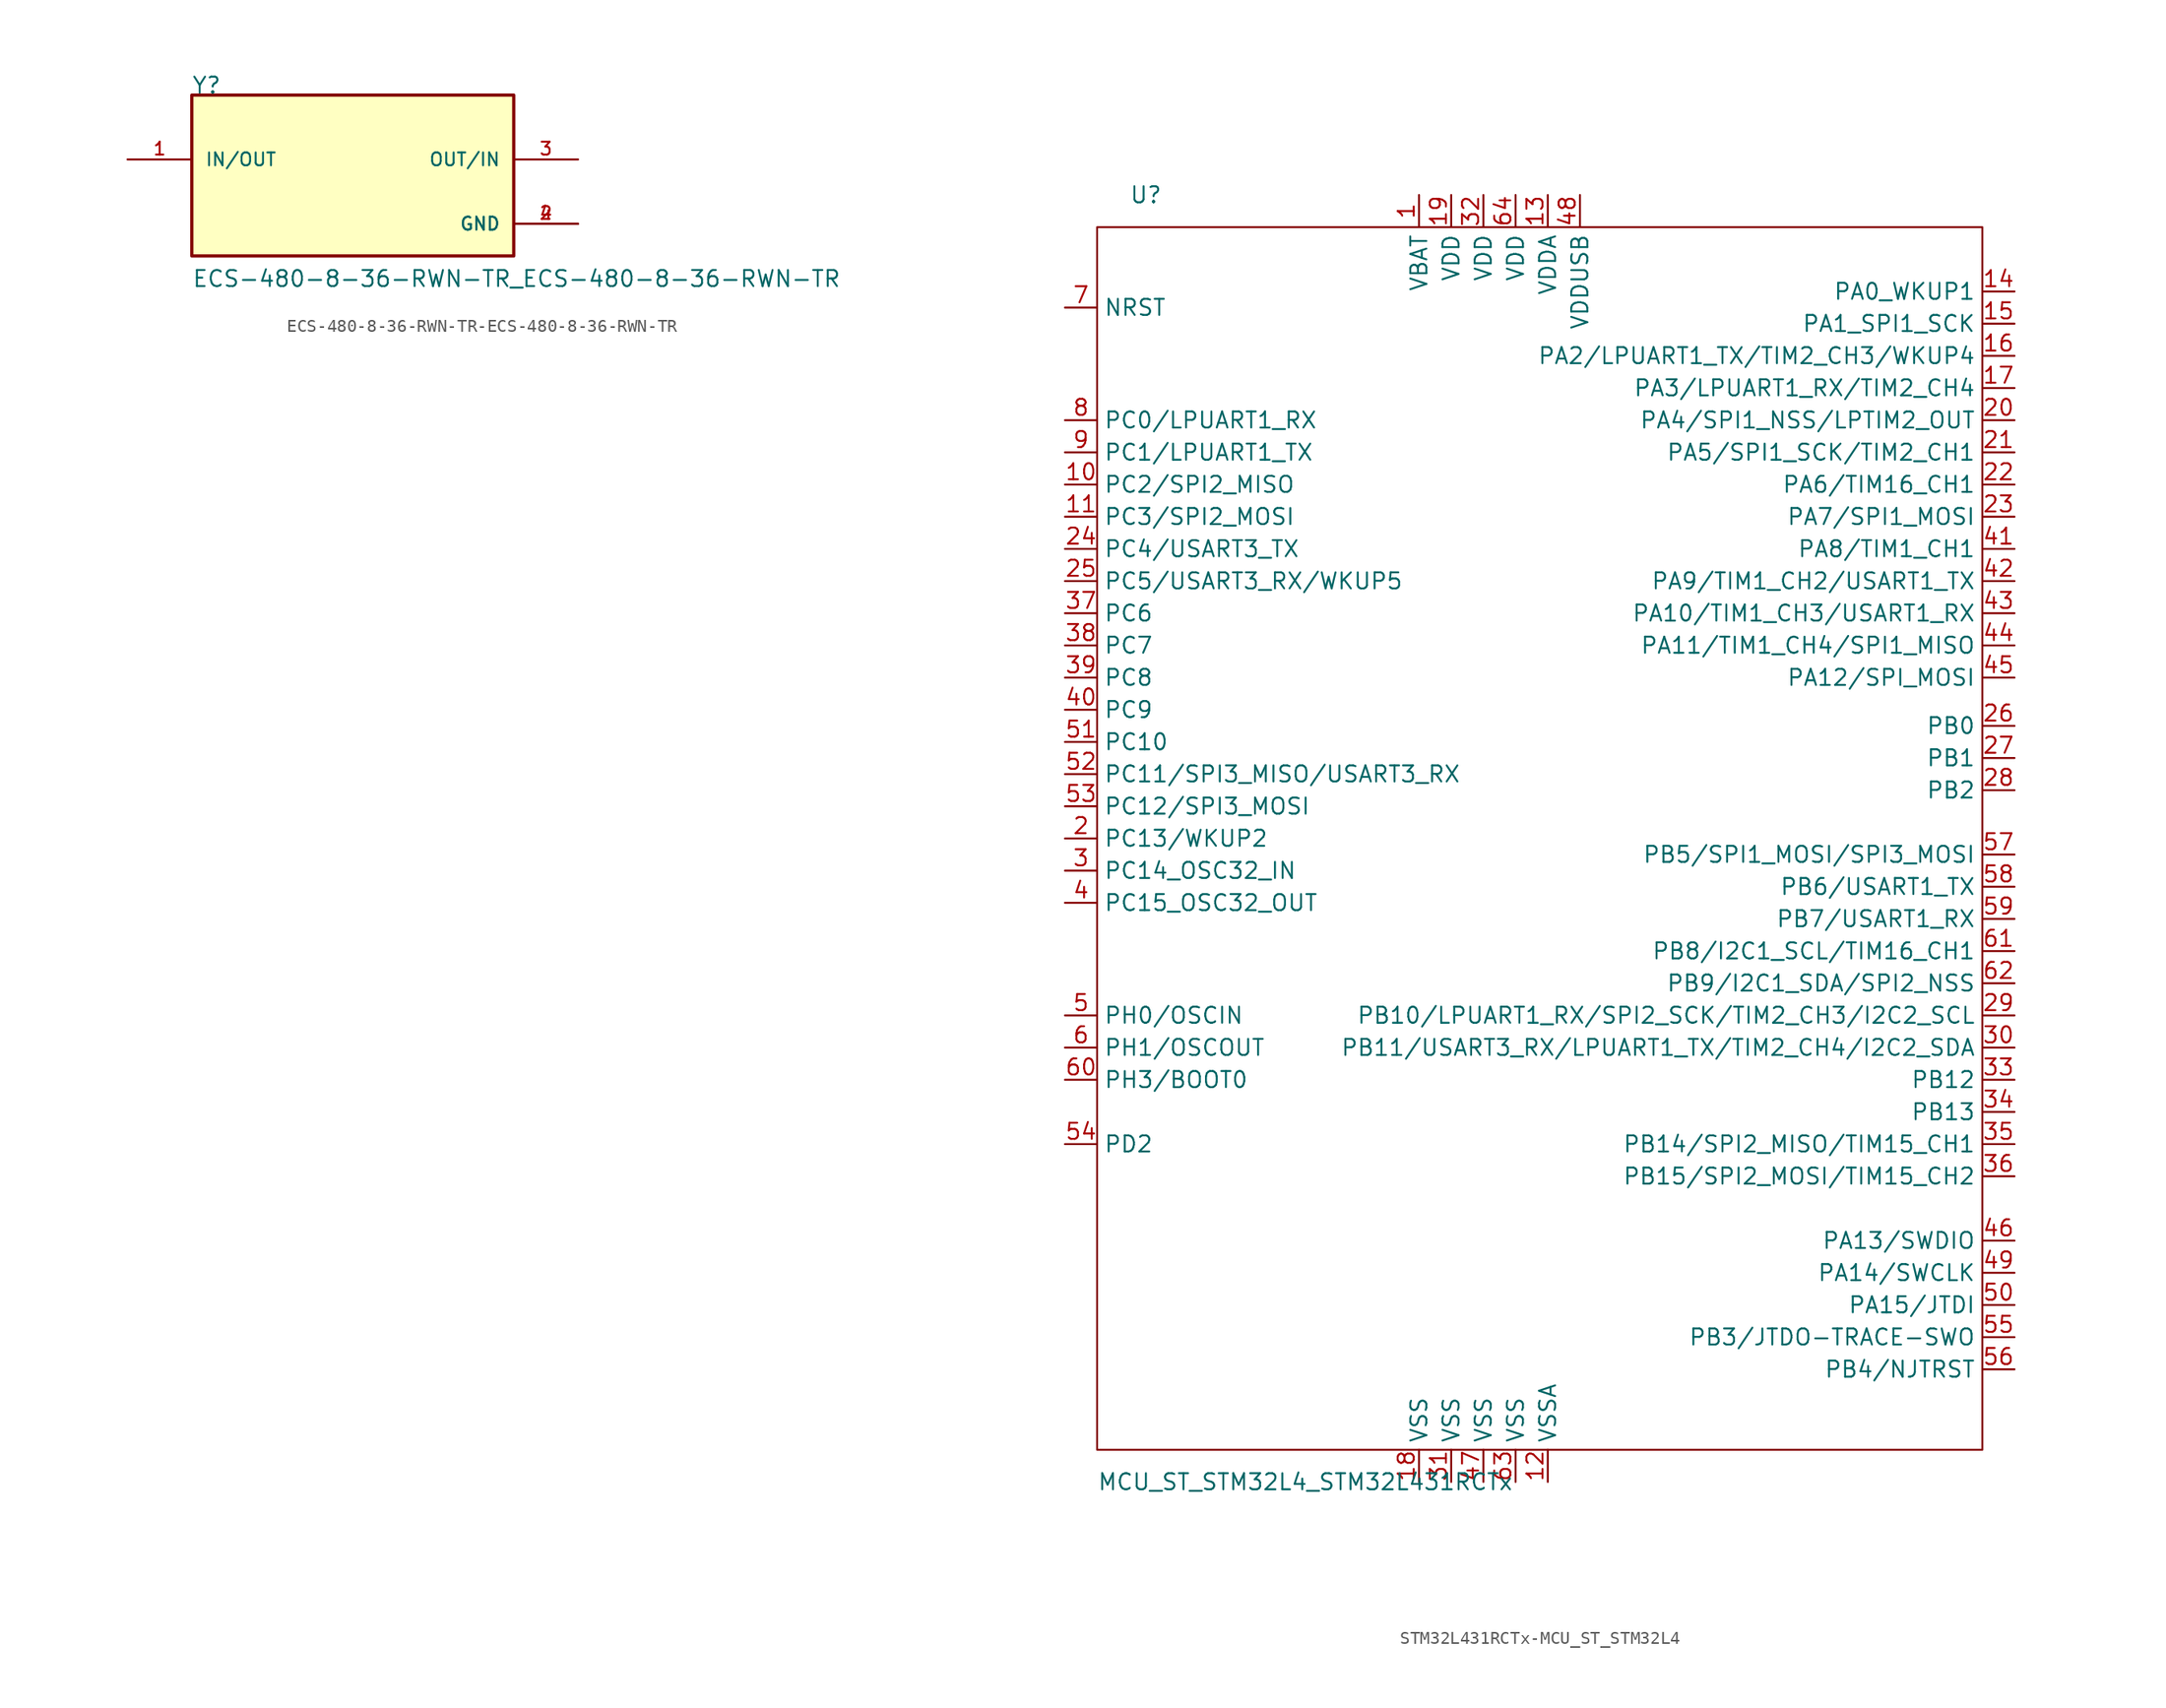
<source format=kicad_sym>
(kicad_symbol_lib
  (version 20231120)
  (generator "kicad_symbol_editor")
  (generator_version "8.0")
  (symbol "ECS-480-8-36-RWN-TR-ECS-480-8-36-RWN-TR"
    (pin_names
      (offset 1.016))
    (property "Reference" "Y"
      (at -12.725 7.645 0)
      (effects (font (size 1.27 1.27)) (justify left bottom)))
    (property "Value" "ECS-480-8-36-RWN-TR_ECS-480-8-36-RWN-TR"
      (at -12.7 -7.62 0)
      (effects (font (size 1.27 1.27)) (justify left bottom)))
    (property "ki_locked" ""
      (at 0 0 0)
      (effects (font (size 1.27 1.27))))
    (symbol "ECS-480-8-36-RWN-TR-ECS-480-8-36-RWN-TR_0_0"
      (rectangle (start -12.7 -5.08) (end 12.7 7.62) (stroke (width 0.254) (type solid)) (fill (type background)))
      (pin bidirectional line (at -17.78 2.54 0) (length 5.08) (name "IN/OUT" (effects (font (size 1.016 1.016)))) (number "1" (effects (font (size 1.016 1.016)))))
      (pin power_in line (at 17.78 -2.54 180) (length 5.08) (name "GND" (effects (font (size 1.016 1.016)))) (number "2" (effects (font (size 1.016 1.016)))))
      (pin bidirectional line (at 17.78 2.54 180) (length 5.08) (name "OUT/IN" (effects (font (size 1.016 1.016)))) (number "3" (effects (font (size 1.016 1.016)))))
      (pin power_in line (at 17.78 -2.54 180) (length 5.08) (name "GND" (effects (font (size 1.016 1.016)))) (number "4" (effects (font (size 1.016 1.016)))))))
  (symbol "STM32L431RCTx-MCU_ST_STM32L4"
    (property "Reference" "U"
      (at -6.35 29.21 0)
      (effects (font (size 1.27 1.27)) (justify left)))
    (property "Value" "MCU_ST_STM32L4_STM32L431RCTx"
      (at -8.89 -72.39 0)
      (effects (font (size 1.27 1.27)) (justify left)))
    (symbol "STM32L431RCTx-MCU_ST_STM32L4_0_1"
      (rectangle (start -8.89 26.67) (end 60.96 -69.85) (stroke (width 0) (type solid)) (fill (type none))))
    (symbol "STM32L431RCTx-MCU_ST_STM32L4_1_1"
      (pin power_in line (at 16.51 29.21 270) (length 2.54) (name "VBAT" (effects (font (size 1.27 1.27)))) (number "1" (effects (font (size 1.27 1.27)))))
      (pin bidirectional line (at -11.43 6.35 0) (length 2.54) (name "PC2/SPI2_MISO" (effects (font (size 1.27 1.27)))) (number "10" (effects (font (size 1.27 1.27)))))
      (pin bidirectional line (at -11.43 3.81 0) (length 2.54) (name "PC3/SPI2_MOSI" (effects (font (size 1.27 1.27)))) (number "11" (effects (font (size 1.27 1.27)))))
      (pin power_in line (at 26.67 -72.39 90) (length 2.54) (name "VSSA" (effects (font (size 1.27 1.27)))) (number "12" (effects (font (size 1.27 1.27)))))
      (pin power_in line (at 26.67 29.21 270) (length 2.54) (name "VDDA" (effects (font (size 1.27 1.27)))) (number "13" (effects (font (size 1.27 1.27)))))
      (pin bidirectional line (at 63.5 21.59 180) (length 2.54) (name "PA0_WKUP1" (effects (font (size 1.27 1.27)))) (number "14" (effects (font (size 1.27 1.27)))))
      (pin bidirectional line (at 63.5 19.05 180) (length 2.54) (name "PA1_SPI1_SCK" (effects (font (size 1.27 1.27)))) (number "15" (effects (font (size 1.27 1.27)))))
      (pin bidirectional line (at 63.5 16.51 180) (length 2.54) (name "PA2/LPUART1_TX/TIM2_CH3/WKUP4" (effects (font (size 1.27 1.27)))) (number "16" (effects (font (size 1.27 1.27)))))
      (pin bidirectional line (at 63.5 13.97 180) (length 2.54) (name "PA3/LPUART1_RX/TIM2_CH4" (effects (font (size 1.27 1.27)))) (number "17" (effects (font (size 1.27 1.27)))))
      (pin power_in line (at 16.51 -72.39 90) (length 2.54) (name "VSS" (effects (font (size 1.27 1.27)))) (number "18" (effects (font (size 1.27 1.27)))))
      (pin power_in line (at 19.05 29.21 270) (length 2.54) (name "VDD" (effects (font (size 1.27 1.27)))) (number "19" (effects (font (size 1.27 1.27)))))
      (pin bidirectional line (at -11.43 -21.59 0) (length 2.54) (name "PC13/WKUP2" (effects (font (size 1.27 1.27)))) (number "2" (effects (font (size 1.27 1.27)))))
      (pin bidirectional line (at 63.5 11.43 180) (length 2.54) (name "PA4/SPI1_NSS/LPTIM2_OUT" (effects (font (size 1.27 1.27)))) (number "20" (effects (font (size 1.27 1.27)))))
      (pin bidirectional line (at 63.5 8.89 180) (length 2.54) (name "PA5/SPI1_SCK/TIM2_CH1" (effects (font (size 1.27 1.27)))) (number "21" (effects (font (size 1.27 1.27)))))
      (pin bidirectional line (at 63.5 6.35 180) (length 2.54) (name "PA6/TIM16_CH1" (effects (font (size 1.27 1.27)))) (number "22" (effects (font (size 1.27 1.27)))))
      (pin bidirectional line (at 63.5 3.81 180) (length 2.54) (name "PA7/SPI1_MOSI" (effects (font (size 1.27 1.27)))) (number "23" (effects (font (size 1.27 1.27)))))
      (pin bidirectional line (at -11.43 1.27 0) (length 2.54) (name "PC4/USART3_TX" (effects (font (size 1.27 1.27)))) (number "24" (effects (font (size 1.27 1.27)))))
      (pin bidirectional line (at -11.43 -1.27 0) (length 2.54) (name "PC5/USART3_RX/WKUP5" (effects (font (size 1.27 1.27)))) (number "25" (effects (font (size 1.27 1.27)))))
      (pin bidirectional line (at 63.5 -12.7 180) (length 2.54) (name "PB0" (effects (font (size 1.27 1.27)))) (number "26" (effects (font (size 1.27 1.27)))))
      (pin bidirectional line (at 63.5 -15.24 180) (length 2.54) (name "PB1" (effects (font (size 1.27 1.27)))) (number "27" (effects (font (size 1.27 1.27)))))
      (pin bidirectional line (at 63.5 -17.78 180) (length 2.54) (name "PB2" (effects (font (size 1.27 1.27)))) (number "28" (effects (font (size 1.27 1.27)))))
      (pin bidirectional line (at 63.5 -35.56 180) (length 2.54) (name "PB10/LPUART1_RX/SPI2_SCK/TIM2_CH3/I2C2_SCL" (effects (font (size 1.27 1.27)))) (number "29" (effects (font (size 1.27 1.27)))))
      (pin bidirectional line (at -11.43 -24.13 0) (length 2.54) (name "PC14_OSC32_IN" (effects (font (size 1.27 1.27)))) (number "3" (effects (font (size 1.27 1.27)))))
      (pin bidirectional line (at 63.5 -38.1 180) (length 2.54) (name "PB11/USART3_RX/LPUART1_TX/TIM2_CH4/I2C2_SDA" (effects (font (size 1.27 1.27)))) (number "30" (effects (font (size 1.27 1.27)))))
      (pin power_in line (at 19.05 -72.39 90) (length 2.54) (name "VSS" (effects (font (size 1.27 1.27)))) (number "31" (effects (font (size 1.27 1.27)))))
      (pin power_in line (at 21.59 29.21 270) (length 2.54) (name "VDD" (effects (font (size 1.27 1.27)))) (number "32" (effects (font (size 1.27 1.27)))))
      (pin bidirectional line (at 63.5 -40.64 180) (length 2.54) (name "PB12" (effects (font (size 1.27 1.27)))) (number "33" (effects (font (size 1.27 1.27)))))
      (pin bidirectional line (at 63.5 -43.18 180) (length 2.54) (name "PB13" (effects (font (size 1.27 1.27)))) (number "34" (effects (font (size 1.27 1.27)))))
      (pin bidirectional line (at 63.5 -45.72 180) (length 2.54) (name "PB14/SPI2_MISO/TIM15_CH1" (effects (font (size 1.27 1.27)))) (number "35" (effects (font (size 1.27 1.27)))))
      (pin bidirectional line (at 63.5 -48.26 180) (length 2.54) (name "PB15/SPI2_MOSI/TIM15_CH2" (effects (font (size 1.27 1.27)))) (number "36" (effects (font (size 1.27 1.27)))))
      (pin bidirectional line (at -11.43 -3.81 0) (length 2.54) (name "PC6" (effects (font (size 1.27 1.27)))) (number "37" (effects (font (size 1.27 1.27)))))
      (pin bidirectional line (at -11.43 -6.35 0) (length 2.54) (name "PC7" (effects (font (size 1.27 1.27)))) (number "38" (effects (font (size 1.27 1.27)))))
      (pin bidirectional line (at -11.43 -8.89 0) (length 2.54) (name "PC8" (effects (font (size 1.27 1.27)))) (number "39" (effects (font (size 1.27 1.27)))))
      (pin bidirectional line (at -11.43 -26.67 0) (length 2.54) (name "PC15_OSC32_OUT" (effects (font (size 1.27 1.27)))) (number "4" (effects (font (size 1.27 1.27)))))
      (pin bidirectional line (at -11.43 -11.43 0) (length 2.54) (name "PC9" (effects (font (size 1.27 1.27)))) (number "40" (effects (font (size 1.27 1.27)))))
      (pin bidirectional line (at 63.5 1.27 180) (length 2.54) (name "PA8/TIM1_CH1" (effects (font (size 1.27 1.27)))) (number "41" (effects (font (size 1.27 1.27)))))
      (pin bidirectional line (at 63.5 -1.27 180) (length 2.54) (name "PA9/TIM1_CH2/USART1_TX" (effects (font (size 1.27 1.27)))) (number "42" (effects (font (size 1.27 1.27)))))
      (pin bidirectional line (at 63.5 -3.81 180) (length 2.54) (name "PA10/TIM1_CH3/USART1_RX" (effects (font (size 1.27 1.27)))) (number "43" (effects (font (size 1.27 1.27)))))
      (pin bidirectional line (at 63.5 -6.35 180) (length 2.54) (name "PA11/TIM1_CH4/SPI1_MISO" (effects (font (size 1.27 1.27)))) (number "44" (effects (font (size 1.27 1.27)))))
      (pin bidirectional line (at 63.5 -8.89 180) (length 2.54) (name "PA12/SPI_MOSI" (effects (font (size 1.27 1.27)))) (number "45" (effects (font (size 1.27 1.27)))))
      (pin bidirectional line (at 63.5 -53.34 180) (length 2.54) (name "PA13/SWDIO" (effects (font (size 1.27 1.27)))) (number "46" (effects (font (size 1.27 1.27)))))
      (pin power_in line (at 21.59 -72.39 90) (length 2.54) (name "VSS" (effects (font (size 1.27 1.27)))) (number "47" (effects (font (size 1.27 1.27)))))
      (pin power_in line (at 29.21 29.21 270) (length 2.54) (name "VDDUSB" (effects (font (size 1.27 1.27)))) (number "48" (effects (font (size 1.27 1.27)))))
      (pin bidirectional line (at 63.5 -55.88 180) (length 2.54) (name "PA14/SWCLK" (effects (font (size 1.27 1.27)))) (number "49" (effects (font (size 1.27 1.27)))))
      (pin input line (at -11.43 -35.56 0) (length 2.54) (name "PH0/OSCIN" (effects (font (size 1.27 1.27)))) (number "5" (effects (font (size 1.27 1.27)))))
      (pin bidirectional line (at 63.5 -58.42 180) (length 2.54) (name "PA15/JTDI" (effects (font (size 1.27 1.27)))) (number "50" (effects (font (size 1.27 1.27)))))
      (pin bidirectional line (at -11.43 -13.97 0) (length 2.54) (name "PC10" (effects (font (size 1.27 1.27)))) (number "51" (effects (font (size 1.27 1.27)))))
      (pin bidirectional line (at -11.43 -16.51 0) (length 2.54) (name "PC11/SPI3_MISO/USART3_RX" (effects (font (size 1.27 1.27)))) (number "52" (effects (font (size 1.27 1.27)))))
      (pin bidirectional line (at -11.43 -19.05 0) (length 2.54) (name "PC12/SPI3_MOSI" (effects (font (size 1.27 1.27)))) (number "53" (effects (font (size 1.27 1.27)))))
      (pin bidirectional line (at -11.43 -45.72 0) (length 2.54) (name "PD2" (effects (font (size 1.27 1.27)))) (number "54" (effects (font (size 1.27 1.27)))))
      (pin bidirectional line (at 63.5 -60.96 180) (length 2.54) (name "PB3/JTDO-TRACE-SWO" (effects (font (size 1.27 1.27)))) (number "55" (effects (font (size 1.27 1.27)))))
      (pin bidirectional line (at 63.5 -63.5 180) (length 2.54) (name "PB4/NJTRST" (effects (font (size 1.27 1.27)))) (number "56" (effects (font (size 1.27 1.27)))))
      (pin bidirectional line (at 63.5 -22.86 180) (length 2.54) (name "PB5/SPI1_MOSI/SPI3_MOSI" (effects (font (size 1.27 1.27)))) (number "57" (effects (font (size 1.27 1.27)))))
      (pin bidirectional line (at 63.5 -25.4 180) (length 2.54) (name "PB6/USART1_TX" (effects (font (size 1.27 1.27)))) (number "58" (effects (font (size 1.27 1.27)))))
      (pin bidirectional line (at 63.5 -27.94 180) (length 2.54) (name "PB7/USART1_RX" (effects (font (size 1.27 1.27)))) (number "59" (effects (font (size 1.27 1.27)))))
      (pin input line (at -11.43 -38.1 0) (length 2.54) (name "PH1/OSCOUT" (effects (font (size 1.27 1.27)))) (number "6" (effects (font (size 1.27 1.27)))))
      (pin bidirectional line (at -11.43 -40.64 0) (length 2.54) (name "PH3/BOOT0" (effects (font (size 1.27 1.27)))) (number "60" (effects (font (size 1.27 1.27)))))
      (pin bidirectional line (at 63.5 -30.48 180) (length 2.54) (name "PB8/I2C1_SCL/TIM16_CH1" (effects (font (size 1.27 1.27)))) (number "61" (effects (font (size 1.27 1.27)))))
      (pin bidirectional line (at 63.5 -33.02 180) (length 2.54) (name "PB9/I2C1_SDA/SPI2_NSS" (effects (font (size 1.27 1.27)))) (number "62" (effects (font (size 1.27 1.27)))))
      (pin power_in line (at 24.13 -72.39 90) (length 2.54) (name "VSS" (effects (font (size 1.27 1.27)))) (number "63" (effects (font (size 1.27 1.27)))))
      (pin power_in line (at 24.13 29.21 270) (length 2.54) (name "VDD" (effects (font (size 1.27 1.27)))) (number "64" (effects (font (size 1.27 1.27)))))
      (pin input line (at -11.43 20.32 0) (length 2.54) (name "NRST" (effects (font (size 1.27 1.27)))) (number "7" (effects (font (size 1.27 1.27)))))
      (pin bidirectional line (at -11.43 11.43 0) (length 2.54) (name "PC0/LPUART1_RX" (effects (font (size 1.27 1.27)))) (number "8" (effects (font (size 1.27 1.27)))))
      (pin bidirectional line (at -11.43 8.89 0) (length 2.54) (name "PC1/LPUART1_TX" (effects (font (size 1.27 1.27)))) (number "9" (effects (font (size 1.27 1.27))))))))
</source>
